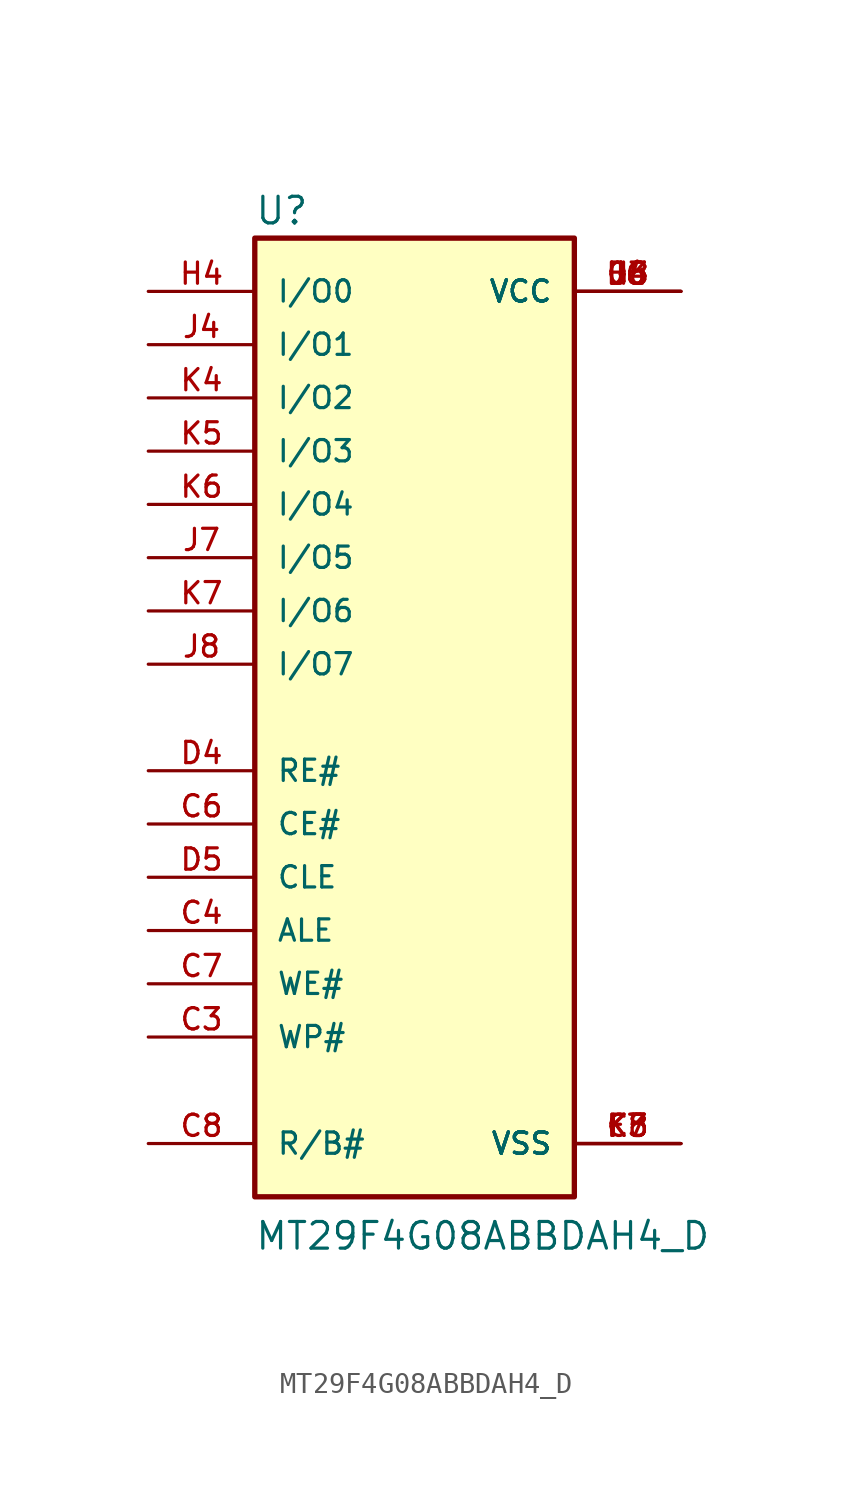
<source format=kicad_sym>
(kicad_symbol_lib
  (version 20211014)
  (generator kicad_symbol_editor)
  (symbol "MT29F4G08ABBDAH4_D"
    (pin_names
      (offset 1.016))
    (property "Reference" "U"
      (at -7.638 23.423 0)
      (effects (font (size 1.27 1.27)) (justify bottom left)))
    (property "Value" "MT29F4G08ABBDAH4_D"
      (at -7.641 -25.47 0)
      (effects (font (size 1.27 1.27)) (justify bottom left)))
    (symbol "MT29F4G08ABBDAH4_D_0_0"
      (rectangle (start -7.62 -22.86) (end 7.62 22.86) (stroke (width 0.254)) (fill (type background)))
      (pin output line (at -12.7 -20.32 0) (length 5.08) (name "R/B#" (effects (font (size 1.016 1.016)))) (number "C8" (effects (font (size 1.016 1.016)))))
      (pin input line (at -12.7 -2.54 0) (length 5.08) (name "RE#" (effects (font (size 1.016 1.016)))) (number "D4" (effects (font (size 1.016 1.016)))))
      (pin bidirectional line (at -12.7 -5.08 0) (length 5.08) (name "CE#" (effects (font (size 1.016 1.016)))) (number "C6" (effects (font (size 1.016 1.016)))))
      (pin power_in line (at 12.7 20.32 180.0) (length 5.08) (name "VCC" (effects (font (size 1.016 1.016)))) (number "D3" (effects (font (size 1.016 1.016)))))
      (pin power_in line (at 12.7 20.32 180.0) (length 5.08) (name "VCC" (effects (font (size 1.016 1.016)))) (number "G4" (effects (font (size 1.016 1.016)))))
      (pin power_in line (at 12.7 20.32 180.0) (length 5.08) (name "VCC" (effects (font (size 1.016 1.016)))) (number "H8" (effects (font (size 1.016 1.016)))))
      (pin power_in line (at 12.7 20.32 180.0) (length 5.08) (name "VCC" (effects (font (size 1.016 1.016)))) (number "J6" (effects (font (size 1.016 1.016)))))
      (pin power_in line (at 12.7 -20.32 180.0) (length 5.08) (name "VSS" (effects (font (size 1.016 1.016)))) (number "C5" (effects (font (size 1.016 1.016)))))
      (pin power_in line (at 12.7 -20.32 180.0) (length 5.08) (name "VSS" (effects (font (size 1.016 1.016)))) (number "F7" (effects (font (size 1.016 1.016)))))
      (pin power_in line (at 12.7 -20.32 180.0) (length 5.08) (name "VSS" (effects (font (size 1.016 1.016)))) (number "K3" (effects (font (size 1.016 1.016)))))
      (pin power_in line (at 12.7 -20.32 180.0) (length 5.08) (name "VSS" (effects (font (size 1.016 1.016)))) (number "K8" (effects (font (size 1.016 1.016)))))
      (pin input line (at -12.7 -7.62 0) (length 5.08) (name "CLE" (effects (font (size 1.016 1.016)))) (number "D5" (effects (font (size 1.016 1.016)))))
      (pin input line (at -12.7 -10.16 0) (length 5.08) (name "ALE" (effects (font (size 1.016 1.016)))) (number "C4" (effects (font (size 1.016 1.016)))))
      (pin input line (at -12.7 -12.7 0) (length 5.08) (name "WE#" (effects (font (size 1.016 1.016)))) (number "C7" (effects (font (size 1.016 1.016)))))
      (pin input line (at -12.7 -15.24 0) (length 5.08) (name "WP#" (effects (font (size 1.016 1.016)))) (number "C3" (effects (font (size 1.016 1.016)))))
      (pin bidirectional line (at -12.7 20.32 0) (length 5.08) (name "I/O0" (effects (font (size 1.016 1.016)))) (number "H4" (effects (font (size 1.016 1.016)))))
      (pin bidirectional line (at -12.7 17.78 0) (length 5.08) (name "I/O1" (effects (font (size 1.016 1.016)))) (number "J4" (effects (font (size 1.016 1.016)))))
      (pin bidirectional line (at -12.7 15.24 0) (length 5.08) (name "I/O2" (effects (font (size 1.016 1.016)))) (number "K4" (effects (font (size 1.016 1.016)))))
      (pin bidirectional line (at -12.7 12.7 0) (length 5.08) (name "I/O3" (effects (font (size 1.016 1.016)))) (number "K5" (effects (font (size 1.016 1.016)))))
      (pin bidirectional line (at -12.7 10.16 0) (length 5.08) (name "I/O4" (effects (font (size 1.016 1.016)))) (number "K6" (effects (font (size 1.016 1.016)))))
      (pin bidirectional line (at -12.7 7.62 0) (length 5.08) (name "I/O5" (effects (font (size 1.016 1.016)))) (number "J7" (effects (font (size 1.016 1.016)))))
      (pin bidirectional line (at -12.7 5.08 0) (length 5.08) (name "I/O6" (effects (font (size 1.016 1.016)))) (number "K7" (effects (font (size 1.016 1.016)))))
      (pin bidirectional line (at -12.7 2.54 0) (length 5.08) (name "I/O7" (effects (font (size 1.016 1.016)))) (number "J8" (effects (font (size 1.016 1.016))))))))
</source>
